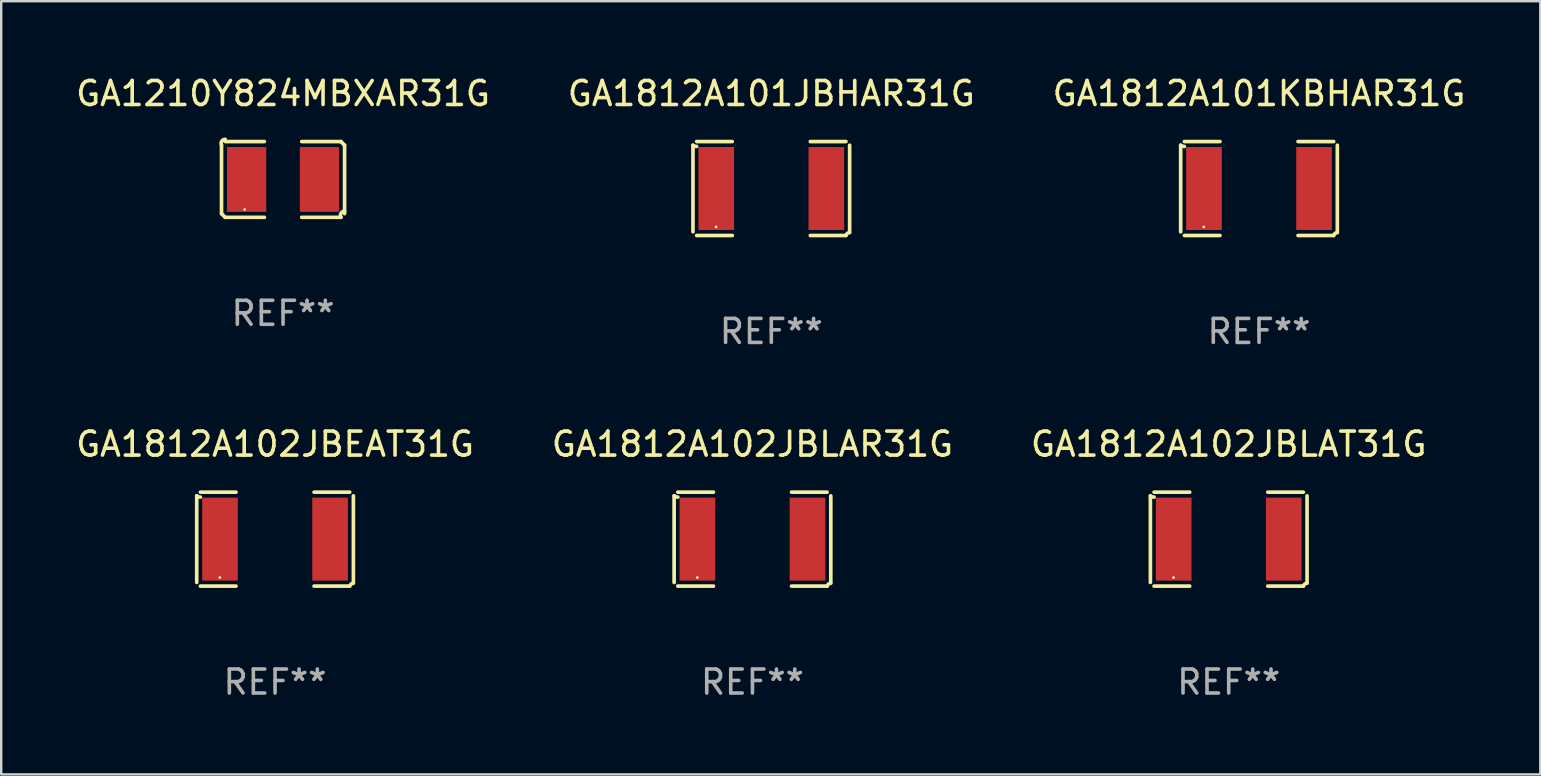
<source format=kicad_pcb>
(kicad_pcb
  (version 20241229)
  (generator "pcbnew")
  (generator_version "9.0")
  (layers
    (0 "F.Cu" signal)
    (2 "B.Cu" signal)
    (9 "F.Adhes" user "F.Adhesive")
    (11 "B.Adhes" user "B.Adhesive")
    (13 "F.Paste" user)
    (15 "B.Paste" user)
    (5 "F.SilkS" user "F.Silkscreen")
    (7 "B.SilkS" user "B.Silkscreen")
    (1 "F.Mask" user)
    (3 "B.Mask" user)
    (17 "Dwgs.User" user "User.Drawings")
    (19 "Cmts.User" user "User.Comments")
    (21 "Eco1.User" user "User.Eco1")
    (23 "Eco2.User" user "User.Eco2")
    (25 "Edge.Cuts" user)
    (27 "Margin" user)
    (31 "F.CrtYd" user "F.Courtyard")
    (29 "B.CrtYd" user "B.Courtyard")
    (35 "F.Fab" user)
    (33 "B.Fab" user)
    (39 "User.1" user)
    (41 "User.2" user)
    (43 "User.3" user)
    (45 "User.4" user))
  (footprint "GA1812A101JBHAR31G"
    (layer "F.Cu")
    (at 29.089 4.805)
    (property "Reference" "GA1812A101JBHAR31G" (at 0 -3.957 0) (layer "F.SilkS") (effects (font (size 1 1) (thickness 0.15))))
    (attr through_hole)
    (fp_line (start -3.264 1.804) (end -3.264 -1.804) (stroke (width 0.152) (type solid)) (layer "F.SilkS"))
    (fp_line (start -3.111 -1.957) (end -1.626 -1.957) (stroke (width 0.152) (type solid)) (layer "F.SilkS"))
    (fp_line (start -1.626 1.957) (end -3.111 1.957) (stroke (width 0.152) (type solid)) (layer "F.SilkS"))
    (fp_line (start 1.626 1.957) (end 3.111 1.957) (stroke (width 0.152) (type solid)) (layer "F.SilkS"))
    (fp_line (start 3.111 -1.957) (end 1.626 -1.957) (stroke (width 0.152) (type solid)) (layer "F.SilkS"))
    (fp_line (start 3.264 1.804) (end 3.264 -1.804) (stroke (width 0.152) (type solid)) (layer "F.SilkS"))
    (fp_arc (start -3.111202 -1.752192) (mid -3.191715 -1.76555) (end -3.263602 -1.804191) (stroke (width 0.1524) (type solid)) (layer "F.SilkS"))
    (fp_arc (start 3.111201 1.956591) (mid 3.167789 1.872777) (end 3.263602 1.840424) (stroke (width 0.1524) (type solid)) (layer "F.SilkS"))
    (fp_circle (center -2.3 1.6) (end -2.27 1.6) (stroke (width 0.06) (type solid)) (fill no) (layer "F.SilkS"))
    (fp_text user "REF**" (at 0 5.957 0) (layer "F.Fab") (effects (font (size 1 1) (thickness 0.15))))
    (pad "1" smd rect (at -2.293 0) (size 1.485 3.456) (layers "F.Cu" "F.Mask" "F.Paste"))
    (pad "2" smd rect (at 2.293 0) (size 1.485 3.456) (layers "F.Cu" "F.Mask" "F.Paste")))
  (footprint "GA1812A102JBLAR31G"
    (layer "F.Cu")
    (at 28.304 19.415)
    (property "Reference" "GA1812A102JBLAR31G" (at 0 -3.957 0) (layer "F.SilkS") (effects (font (size 1 1) (thickness 0.15))))
    (attr through_hole)
    (fp_line (start -3.264 1.804) (end -3.264 -1.804) (stroke (width 0.152) (type solid)) (layer "F.SilkS"))
    (fp_line (start -3.111 -1.957) (end -1.626 -1.957) (stroke (width 0.152) (type solid)) (layer "F.SilkS"))
    (fp_line (start -1.626 1.957) (end -3.111 1.957) (stroke (width 0.152) (type solid)) (layer "F.SilkS"))
    (fp_line (start 1.626 1.957) (end 3.111 1.957) (stroke (width 0.152) (type solid)) (layer "F.SilkS"))
    (fp_line (start 3.111 -1.957) (end 1.626 -1.957) (stroke (width 0.152) (type solid)) (layer "F.SilkS"))
    (fp_line (start 3.264 1.804) (end 3.264 -1.804) (stroke (width 0.152) (type solid)) (layer "F.SilkS"))
    (fp_arc (start -3.111202 -1.752192) (mid -3.191715 -1.76555) (end -3.263602 -1.804191) (stroke (width 0.1524) (type solid)) (layer "F.SilkS"))
    (fp_arc (start 3.111201 1.956591) (mid 3.167789 1.872777) (end 3.263602 1.840424) (stroke (width 0.1524) (type solid)) (layer "F.SilkS"))
    (fp_circle (center -2.3 1.6) (end -2.27 1.6) (stroke (width 0.06) (type solid)) (fill no) (layer "F.SilkS"))
    (fp_text user "REF**" (at 0 5.957 0) (layer "F.Fab") (effects (font (size 1 1) (thickness 0.15))))
    (pad "1" smd rect (at -2.293 0) (size 1.485 3.456) (layers "F.Cu" "F.Mask" "F.Paste"))
    (pad "2" smd rect (at 2.293 0) (size 1.485 3.456) (layers "F.Cu" "F.Mask" "F.Paste")))
  (footprint "GA1812A101KBHAR31G"
    (layer "F.Cu")
    (at 49.411 4.805)
    (property "Reference" "GA1812A101KBHAR31G" (at 0 -3.957 0) (layer "F.SilkS") (effects (font (size 1 1) (thickness 0.15))))
    (attr through_hole)
    (fp_line (start -3.264 1.804) (end -3.264 -1.804) (stroke (width 0.152) (type solid)) (layer "F.SilkS"))
    (fp_line (start -3.111 -1.957) (end -1.626 -1.957) (stroke (width 0.152) (type solid)) (layer "F.SilkS"))
    (fp_line (start -1.626 1.957) (end -3.111 1.957) (stroke (width 0.152) (type solid)) (layer "F.SilkS"))
    (fp_line (start 1.626 1.957) (end 3.111 1.957) (stroke (width 0.152) (type solid)) (layer "F.SilkS"))
    (fp_line (start 3.111 -1.957) (end 1.626 -1.957) (stroke (width 0.152) (type solid)) (layer "F.SilkS"))
    (fp_line (start 3.264 1.804) (end 3.264 -1.804) (stroke (width 0.152) (type solid)) (layer "F.SilkS"))
    (fp_arc (start -3.111202 -1.752192) (mid -3.191715 -1.76555) (end -3.263602 -1.804191) (stroke (width 0.1524) (type solid)) (layer "F.SilkS"))
    (fp_arc (start 3.111201 1.956591) (mid 3.167789 1.872777) (end 3.263602 1.840424) (stroke (width 0.1524) (type solid)) (layer "F.SilkS"))
    (fp_circle (center -2.3 1.6) (end -2.27 1.6) (stroke (width 0.06) (type solid)) (fill no) (layer "F.SilkS"))
    (fp_text user "REF**" (at 0 5.957 0) (layer "F.Fab") (effects (font (size 1 1) (thickness 0.15))))
    (pad "1" smd rect (at -2.293 0) (size 1.485 3.456) (layers "F.Cu" "F.Mask" "F.Paste"))
    (pad "2" smd rect (at 2.293 0) (size 1.485 3.456) (layers "F.Cu" "F.Mask" "F.Paste")))
  (footprint "GA1812A102JBEAT31G"
    (layer "F.Cu")
    (at 8.411 19.415)
    (property "Reference" "GA1812A102JBEAT31G" (at 0 -3.957 0) (layer "F.SilkS") (effects (font (size 1 1) (thickness 0.15))))
    (attr through_hole)
    (fp_line (start -3.264 1.804) (end -3.264 -1.804) (stroke (width 0.152) (type solid)) (layer "F.SilkS"))
    (fp_line (start -3.111 -1.957) (end -1.626 -1.957) (stroke (width 0.152) (type solid)) (layer "F.SilkS"))
    (fp_line (start -1.626 1.957) (end -3.111 1.957) (stroke (width 0.152) (type solid)) (layer "F.SilkS"))
    (fp_line (start 1.626 1.957) (end 3.111 1.957) (stroke (width 0.152) (type solid)) (layer "F.SilkS"))
    (fp_line (start 3.111 -1.957) (end 1.626 -1.957) (stroke (width 0.152) (type solid)) (layer "F.SilkS"))
    (fp_line (start 3.264 1.804) (end 3.264 -1.804) (stroke (width 0.152) (type solid)) (layer "F.SilkS"))
    (fp_arc (start -3.111202 -1.752192) (mid -3.191715 -1.76555) (end -3.263602 -1.804191) (stroke (width 0.1524) (type solid)) (layer "F.SilkS"))
    (fp_arc (start 3.111201 1.956591) (mid 3.167789 1.872777) (end 3.263602 1.840424) (stroke (width 0.1524) (type solid)) (layer "F.SilkS"))
    (fp_circle (center -2.3 1.6) (end -2.27 1.6) (stroke (width 0.06) (type solid)) (fill no) (layer "F.SilkS"))
    (fp_text user "REF**" (at 0 5.957 0) (layer "F.Fab") (effects (font (size 1 1) (thickness 0.15))))
    (pad "1" smd rect (at -2.293 0) (size 1.485 3.456) (layers "F.Cu" "F.Mask" "F.Paste"))
    (pad "2" smd rect (at 2.293 0) (size 1.485 3.456) (layers "F.Cu" "F.Mask" "F.Paste")))
  (footprint "GA1812A102JBLAT31G"
    (layer "F.Cu")
    (at 48.149 19.415)
    (property "Reference" "GA1812A102JBLAT31G" (at 0 -3.957 0) (layer "F.SilkS") (effects (font (size 1 1) (thickness 0.15))))
    (attr through_hole)
    (fp_line (start -3.264 1.804) (end -3.264 -1.804) (stroke (width 0.152) (type solid)) (layer "F.SilkS"))
    (fp_line (start -3.111 -1.957) (end -1.626 -1.957) (stroke (width 0.152) (type solid)) (layer "F.SilkS"))
    (fp_line (start -1.626 1.957) (end -3.111 1.957) (stroke (width 0.152) (type solid)) (layer "F.SilkS"))
    (fp_line (start 1.626 1.957) (end 3.111 1.957) (stroke (width 0.152) (type solid)) (layer "F.SilkS"))
    (fp_line (start 3.111 -1.957) (end 1.626 -1.957) (stroke (width 0.152) (type solid)) (layer "F.SilkS"))
    (fp_line (start 3.264 1.804) (end 3.264 -1.804) (stroke (width 0.152) (type solid)) (layer "F.SilkS"))
    (fp_arc (start -3.111202 -1.752192) (mid -3.191715 -1.76555) (end -3.263602 -1.804191) (stroke (width 0.1524) (type solid)) (layer "F.SilkS"))
    (fp_arc (start 3.111201 1.956591) (mid 3.167789 1.872777) (end 3.263602 1.840424) (stroke (width 0.1524) (type solid)) (layer "F.SilkS"))
    (fp_circle (center -2.3 1.6) (end -2.27 1.6) (stroke (width 0.06) (type solid)) (fill no) (layer "F.SilkS"))
    (fp_text user "REF**" (at 0 5.957 0) (layer "F.Fab") (effects (font (size 1 1) (thickness 0.15))))
    (pad "1" smd rect (at -2.293 0) (size 1.485 3.456) (layers "F.Cu" "F.Mask" "F.Paste"))
    (pad "2" smd rect (at 2.293 0) (size 1.485 3.456) (layers "F.Cu" "F.Mask" "F.Paste")))
  (footprint "GA1210Y824MBXAR31G"
    (layer "F.Cu")
    (at 8.744 4.427)
    (property "Reference" "GA1210Y824MBXAR31G" (at 0 -3.579 0) (layer "F.SilkS") (effects (font (size 1 1) (thickness 0.15))))
    (attr through_hole)
    (fp_line (start -2.564 1.426) (end -2.564 -1.426) (stroke (width 0.152) (type solid)) (layer "F.SilkS"))
    (fp_line (start -2.411 -1.579) (end -0.776 -1.579) (stroke (width 0.152) (type solid)) (layer "F.SilkS"))
    (fp_line (start -0.776 1.579) (end -2.411 1.579) (stroke (width 0.152) (type solid)) (layer "F.SilkS"))
    (fp_line (start 0.776 1.579) (end 2.411 1.579) (stroke (width 0.152) (type solid)) (layer "F.SilkS"))
    (fp_line (start 2.411 -1.579) (end 0.776 -1.579) (stroke (width 0.152) (type solid)) (layer "F.SilkS"))
    (fp_line (start 2.564 1.426) (end 2.564 -1.426) (stroke (width 0.152) (type solid)) (layer "F.SilkS"))
    (fp_arc (start -2.563602 -1.426213) (mid -2.555597 -1.591233) (end -2.411201 -1.671518) (stroke (width 0.1524) (type solid)) (layer "F.SilkS"))
    (fp_arc (start -2.5636 1.426214) (mid -2.487389 1.502402) (end -2.411201 1.578613) (stroke (width 0.1524) (type solid)) (layer "F.SilkS"))
    (fp_arc (start 2.411197 -1.578618) (mid 2.487403 -1.502419) (end 2.563602 -1.426213) (stroke (width 0.1524) (type solid)) (layer "F.SilkS"))
    (fp_arc (start 2.411201 1.578613) (mid 2.416214 1.409455) (end 2.563602 1.32629) (stroke (width 0.1524) (type solid)) (layer "F.SilkS"))
    (fp_circle (center -1.6 1.25) (end -1.57 1.25) (stroke (width 0.06) (type solid)) (fill no) (layer "F.SilkS"))
    (fp_text user "REF**" (at 0 5.579 0) (layer "F.Fab") (effects (font (size 1 1) (thickness 0.15))))
    (pad "1" smd rect (at -1.517 0) (size 1.635 2.7) (layers "F.Cu" "F.Mask" "F.Paste"))
    (pad "2" smd rect (at 1.517 0) (size 1.635 2.7) (layers "F.Cu" "F.Mask" "F.Paste")))
  (gr_rect
    (start -3 -3)
    (end 61.131 29.219)
    (stroke (width 0.1) (type default))
    (fill no)
    (layer "Edge.Cuts")))
</source>
